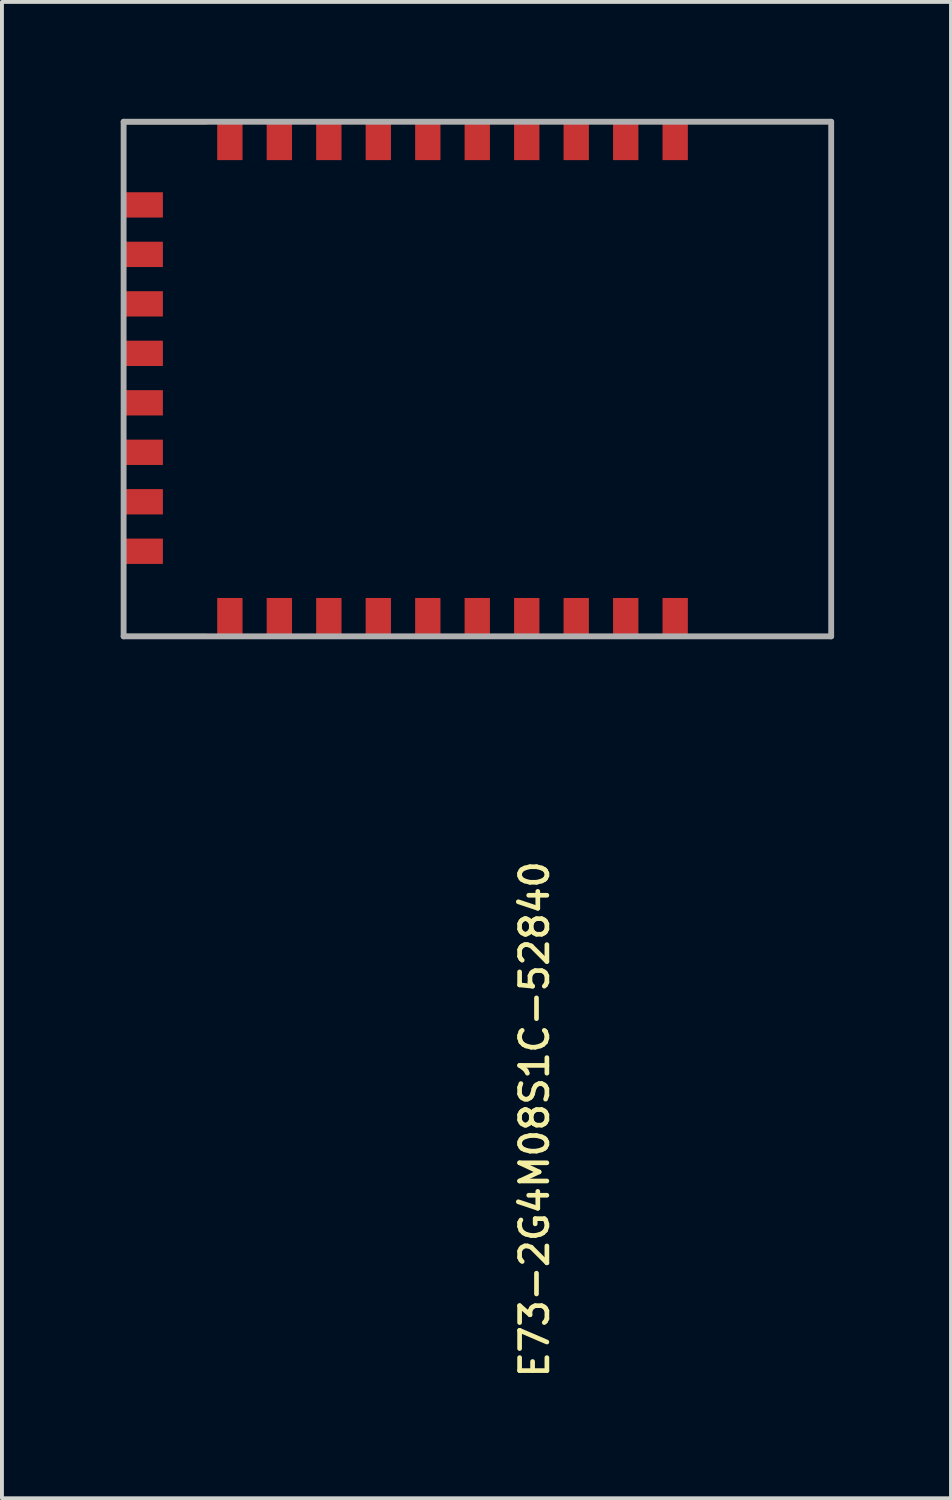
<source format=kicad_pcb>
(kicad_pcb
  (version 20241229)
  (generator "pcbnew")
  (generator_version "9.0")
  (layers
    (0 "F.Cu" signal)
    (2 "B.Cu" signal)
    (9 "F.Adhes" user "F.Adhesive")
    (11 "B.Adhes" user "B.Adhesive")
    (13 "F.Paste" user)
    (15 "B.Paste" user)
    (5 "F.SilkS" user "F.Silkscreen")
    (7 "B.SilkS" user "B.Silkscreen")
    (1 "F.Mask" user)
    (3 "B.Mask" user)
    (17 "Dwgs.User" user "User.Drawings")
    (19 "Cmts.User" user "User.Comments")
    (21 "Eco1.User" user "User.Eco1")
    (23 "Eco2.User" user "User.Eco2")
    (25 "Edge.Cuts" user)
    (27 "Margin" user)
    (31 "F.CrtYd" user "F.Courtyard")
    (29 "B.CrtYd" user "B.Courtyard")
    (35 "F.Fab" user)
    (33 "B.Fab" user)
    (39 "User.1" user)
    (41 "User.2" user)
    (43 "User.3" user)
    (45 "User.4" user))
  (footprint "E73-2G4M08S1C-52840"
    (layer "F.Cu")
    (at 0.25 6.679)
    (property "Reference" "E73-2G4M08S1C-52840" (at 10.419 19 270) (layer "F.SilkS") (effects (font (size 0.7 0.7) (thickness 0.12))))
    (attr smd)
    (fp_line (start -0.127 -6.6) (end -0.127 -5.1) (stroke (width 0.12) (type solid)) (layer "F.SilkS"))
    (fp_line (start -0.127 6.6) (end -0.127 5.1) (stroke (width 0.12) (type solid)) (layer "F.SilkS"))
    (fp_line (start -0.1 -6.6) (end 2 -6.6) (stroke (width 0.12) (type solid)) (layer "F.SilkS"))
    (fp_line (start -0.1 6.6) (end 2 6.6) (stroke (width 0.12) (type solid)) (layer "F.SilkS"))
    (fp_line (start -0.127 -6.604) (end -0.127 6.604) (stroke (width 0.15) (type solid)) (layer "F.Fab"))
    (fp_line (start -0.127 6.604) (end 18.034 6.604) (stroke (width 0.15) (type solid)) (layer "F.Fab"))
    (fp_line (start 18.034 -6.604) (end -0.127 -6.604) (stroke (width 0.15) (type solid)) (layer "F.Fab"))
    (fp_line (start 18.034 6.604) (end 18.034 -6.604) (stroke (width 0.15) (type solid)) (layer "F.Fab"))
    (pad "1" smd rect (at 14.03 -6.119) (size 0.65 1) (layers "F.Cu" "F.Mask" "F.Paste"))
    (pad "2" smd rect (at 12.76 -6.119) (size 0.65 1) (layers "F.Cu" "F.Mask" "F.Paste"))
    (pad "3" smd rect (at 11.49 -6.119) (size 0.65 1) (layers "F.Cu" "F.Mask" "F.Paste"))
    (pad "4" smd rect (at 10.22 -6.119) (size 0.65 1) (layers "F.Cu" "F.Mask" "F.Paste"))
    (pad "5" smd rect (at 8.95 -6.119) (size 0.65 1) (layers "F.Cu" "F.Mask" "F.Paste"))
    (pad "6" smd rect (at 7.68 -6.119) (size 0.65 1) (layers "F.Cu" "F.Mask" "F.Paste"))
    (pad "7" smd rect (at 6.41 -6.119) (size 0.65 1) (layers "F.Cu" "F.Mask" "F.Paste"))
    (pad "8" smd rect (at 5.14 -6.119) (size 0.65 1) (layers "F.Cu" "F.Mask" "F.Paste"))
    (pad "9" smd rect (at 3.87 -6.119) (size 0.65 1) (layers "F.Cu" "F.Mask" "F.Paste"))
    (pad "10" smd rect (at 2.6 -6.119) (size 0.65 1) (layers "F.Cu" "F.Mask" "F.Paste"))
    (pad "11" smd rect (at 0.381 -4.47 90) (size 0.65 1) (layers "F.Cu" "F.Mask" "F.Paste"))
    (pad "13" smd rect (at 0.381 -3.2 90) (size 0.65 1) (layers "F.Cu" "F.Mask" "F.Paste"))
    (pad "15" smd rect (at 0.381 -1.93 90) (size 0.65 1) (layers "F.Cu" "F.Mask" "F.Paste"))
    (pad "17" smd rect (at 0.381 -0.66 90) (size 0.65 1) (layers "F.Cu" "F.Mask" "F.Paste"))
    (pad "19" smd rect (at 0.381 0.61 90) (size 0.65 1) (layers "F.Cu" "F.Mask" "F.Paste"))
    (pad "21" smd rect (at 0.381 1.88 90) (size 0.65 1) (layers "F.Cu" "F.Mask" "F.Paste"))
    (pad "23" smd rect (at 0.381 3.15 90) (size 0.65 1) (layers "F.Cu" "F.Mask" "F.Paste"))
    (pad "25" smd rect (at 0.381 4.42 90) (size 0.65 1) (layers "F.Cu" "F.Mask" "F.Paste"))
    (pad "26" smd rect (at 2.6 6.119) (size 0.65 1) (layers "F.Cu" "F.Mask" "F.Paste"))
    (pad "27" smd rect (at 3.87 6.119) (size 0.65 1) (layers "F.Cu" "F.Mask" "F.Paste"))
    (pad "29" smd rect (at 5.14 6.119) (size 0.65 1) (layers "F.Cu" "F.Mask" "F.Paste"))
    (pad "31" smd rect (at 6.41 6.119) (size 0.65 1) (layers "F.Cu" "F.Mask" "F.Paste"))
    (pad "33" smd rect (at 7.68 6.119) (size 0.65 1) (layers "F.Cu" "F.Mask" "F.Paste"))
    (pad "35" smd rect (at 8.95 6.119) (size 0.65 1) (layers "F.Cu" "F.Mask" "F.Paste"))
    (pad "37" smd rect (at 10.22 6.119) (size 0.65 1) (layers "F.Cu" "F.Mask" "F.Paste"))
    (pad "39" smd rect (at 11.49 6.119) (size 0.65 1) (layers "F.Cu" "F.Mask" "F.Paste"))
    (pad "41" smd rect (at 12.76 6.119) (size 0.65 1) (layers "F.Cu" "F.Mask" "F.Paste"))
    (pad "43" smd rect (at 14.03 6.119) (size 0.65 1) (layers "F.Cu" "F.Mask" "F.Paste")))
  (gr_rect
    (start -3 -3)
    (end 21.359 35.406)
    (stroke (width 0.1) (type default))
    (fill no)
    (layer "Edge.Cuts")))
</source>
